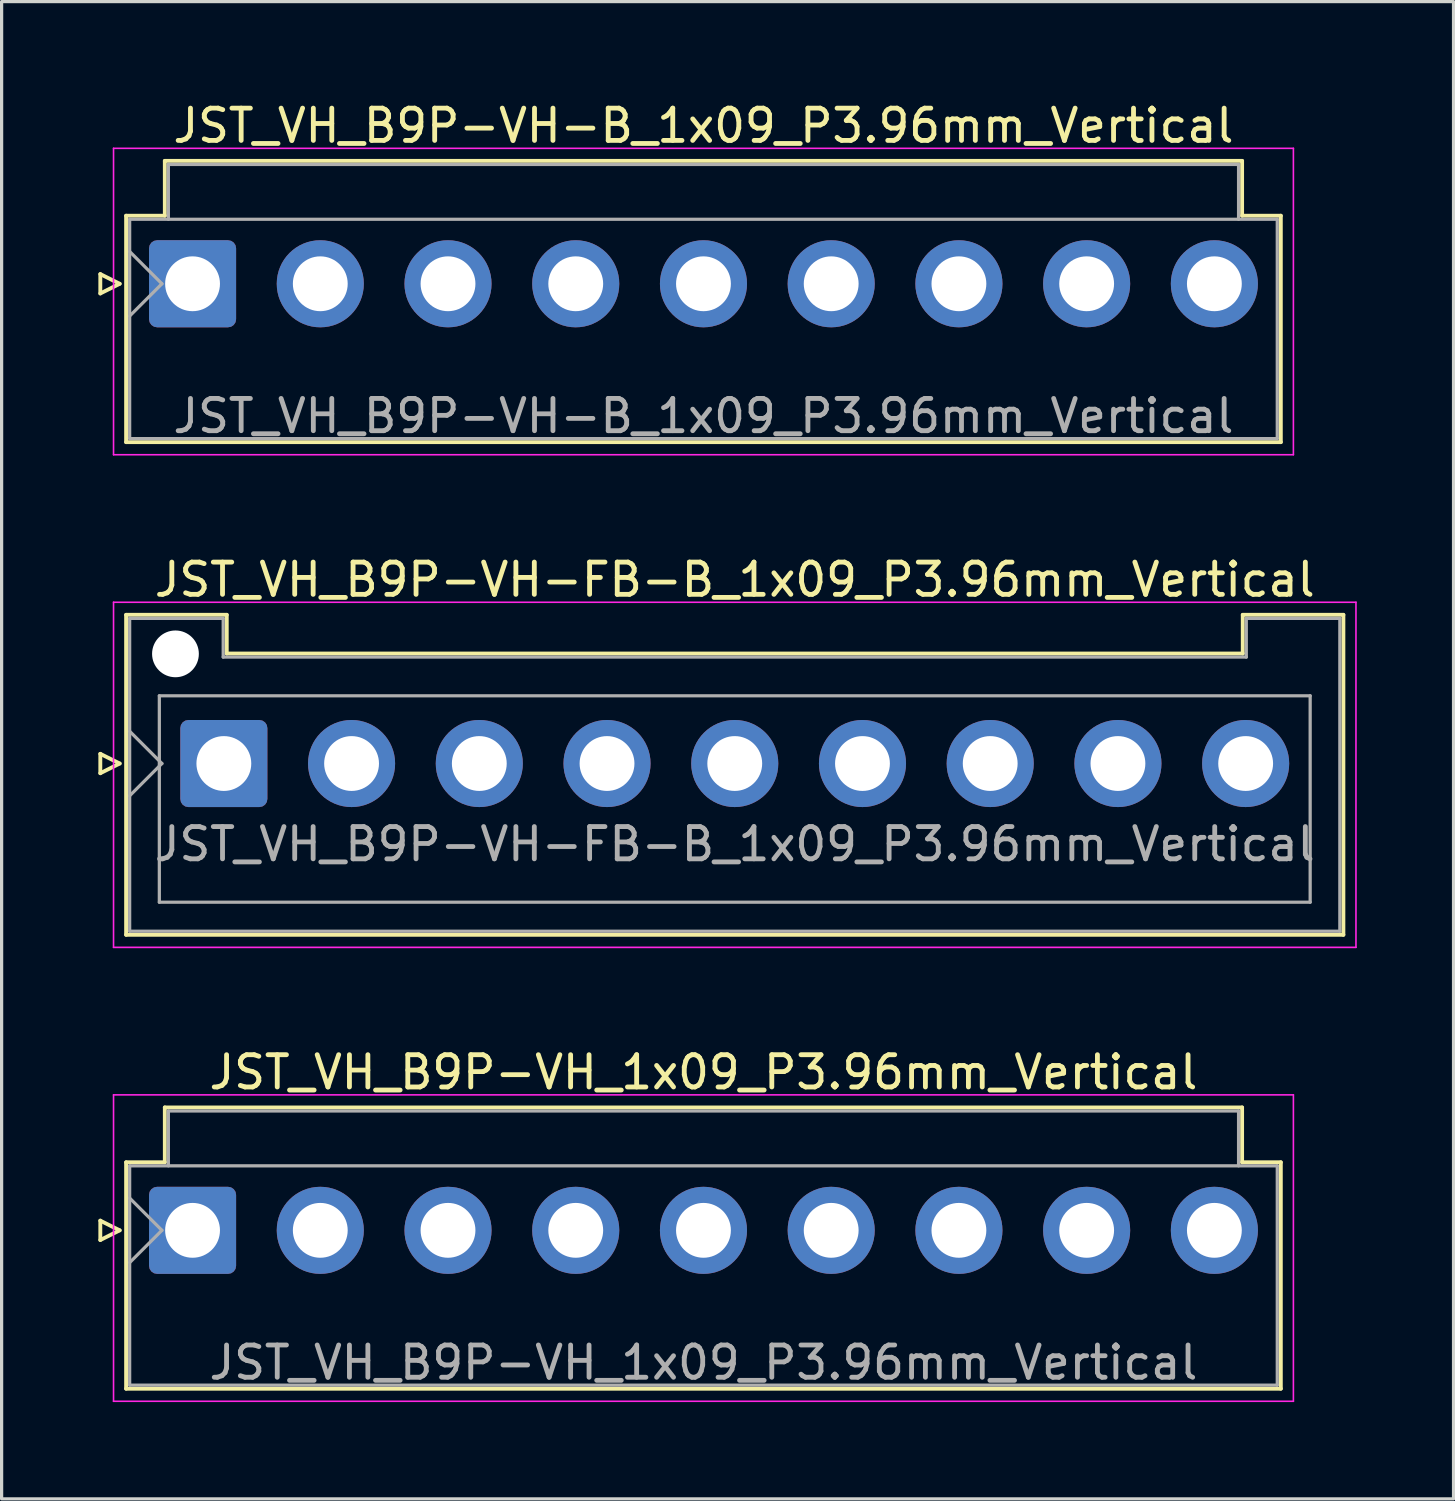
<source format=kicad_pcb>
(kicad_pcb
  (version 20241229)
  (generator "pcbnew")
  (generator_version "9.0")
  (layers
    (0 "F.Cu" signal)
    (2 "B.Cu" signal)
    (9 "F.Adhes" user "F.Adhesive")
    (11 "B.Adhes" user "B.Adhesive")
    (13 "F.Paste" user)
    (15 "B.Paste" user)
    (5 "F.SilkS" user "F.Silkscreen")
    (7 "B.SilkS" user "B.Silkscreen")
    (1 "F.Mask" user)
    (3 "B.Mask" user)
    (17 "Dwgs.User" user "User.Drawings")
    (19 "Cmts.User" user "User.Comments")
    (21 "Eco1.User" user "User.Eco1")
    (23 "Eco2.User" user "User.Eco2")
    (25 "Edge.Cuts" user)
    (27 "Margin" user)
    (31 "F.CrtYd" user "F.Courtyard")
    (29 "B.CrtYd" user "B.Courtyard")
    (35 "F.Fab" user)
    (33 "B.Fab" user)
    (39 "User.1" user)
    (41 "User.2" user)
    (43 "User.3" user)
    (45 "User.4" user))
  (footprint "JST_VH_B9P-VH-B_1x09_P3.96mm_Vertical"
    (layer "F.Cu")
    (at 2.92 5.748)
    (property "Reference" "JST_VH_B9P-VH-B_1x09_P3.96mm_Vertical" (at 15.84 -4.9 0) (layer "F.SilkS") (effects (font (size 1 1) (thickness 0.15))))
    (attr through_hole)
    (fp_line (start -2.86 -0.3) (end -2.26 0) (stroke (width 0.12) (type solid)) (layer "F.SilkS"))
    (fp_line (start -2.86 0.3) (end -2.86 -0.3) (stroke (width 0.12) (type solid)) (layer "F.SilkS"))
    (fp_line (start -2.26 0) (end -2.86 0.3) (stroke (width 0.12) (type solid)) (layer "F.SilkS"))
    (fp_line (start -2.06 -2.11) (end -0.86 -2.11) (stroke (width 0.12) (type solid)) (layer "F.SilkS"))
    (fp_line (start -2.06 4.91) (end -2.06 -2.11) (stroke (width 0.12) (type solid)) (layer "F.SilkS"))
    (fp_line (start -0.86 -3.81) (end 32.54 -3.81) (stroke (width 0.12) (type solid)) (layer "F.SilkS"))
    (fp_line (start -0.86 -2.11) (end -0.86 -3.81) (stroke (width 0.12) (type solid)) (layer "F.SilkS"))
    (fp_line (start 32.54 -3.81) (end 32.54 -2.11) (stroke (width 0.12) (type solid)) (layer "F.SilkS"))
    (fp_line (start 32.54 -2.11) (end 33.74 -2.11) (stroke (width 0.12) (type solid)) (layer "F.SilkS"))
    (fp_line (start 33.74 -2.11) (end 33.74 4.91) (stroke (width 0.12) (type solid)) (layer "F.SilkS"))
    (fp_line (start 33.74 4.91) (end -2.06 4.91) (stroke (width 0.12) (type solid)) (layer "F.SilkS"))
    (fp_line (start -2.45 -4.2) (end -2.45 5.3) (stroke (width 0.05) (type solid)) (layer "F.CrtYd"))
    (fp_line (start -2.45 5.3) (end 34.13 5.3) (stroke (width 0.05) (type solid)) (layer "F.CrtYd"))
    (fp_line (start 34.13 -4.2) (end -2.45 -4.2) (stroke (width 0.05) (type solid)) (layer "F.CrtYd"))
    (fp_line (start 34.13 5.3) (end 34.13 -4.2) (stroke (width 0.05) (type solid)) (layer "F.CrtYd"))
    (fp_line (start -1.95 -2) (end -1.95 4.8) (stroke (width 0.1) (type solid)) (layer "F.Fab"))
    (fp_line (start -1.95 -1) (end -0.95 0) (stroke (width 0.1) (type solid)) (layer "F.Fab"))
    (fp_line (start -1.95 1) (end -0.95 0) (stroke (width 0.1) (type solid)) (layer "F.Fab"))
    (fp_line (start -1.95 4.8) (end 33.63 4.8) (stroke (width 0.1) (type solid)) (layer "F.Fab"))
    (fp_line (start -0.75 -3.7) (end 32.43 -3.7) (stroke (width 0.1) (type solid)) (layer "F.Fab"))
    (fp_line (start -0.75 -2) (end -0.75 -3.7) (stroke (width 0.1) (type solid)) (layer "F.Fab"))
    (fp_line (start 32.43 -3.7) (end 32.43 -2) (stroke (width 0.1) (type solid)) (layer "F.Fab"))
    (fp_line (start 33.63 -2) (end -1.95 -2) (stroke (width 0.1) (type solid)) (layer "F.Fab"))
    (fp_line (start 33.63 4.8) (end 33.63 -2) (stroke (width 0.1) (type solid)) (layer "F.Fab"))
    (fp_text user "${REFERENCE}" (at 15.84 4.1 0) (layer "F.Fab") (effects (font (size 1 1) (thickness 0.15))))
    (pad "1" thru_hole roundrect (at 0 0) (size 2.7 2.7) (drill 1.7) (layers "*.Cu" "*.Mask") (roundrect_rratio 0.093))
    (pad "2" thru_hole circle (at 3.96 0) (size 2.7 2.7) (drill 1.7) (layers "*.Cu" "*.Mask"))
    (pad "3" thru_hole circle (at 7.92 0) (size 2.7 2.7) (drill 1.7) (layers "*.Cu" "*.Mask"))
    (pad "4" thru_hole circle (at 11.88 0) (size 2.7 2.7) (drill 1.7) (layers "*.Cu" "*.Mask"))
    (pad "5" thru_hole circle (at 15.84 0) (size 2.7 2.7) (drill 1.7) (layers "*.Cu" "*.Mask"))
    (pad "6" thru_hole circle (at 19.8 0) (size 2.7 2.7) (drill 1.7) (layers "*.Cu" "*.Mask"))
    (pad "7" thru_hole circle (at 23.76 0) (size 2.7 2.7) (drill 1.7) (layers "*.Cu" "*.Mask"))
    (pad "8" thru_hole circle (at 27.72 0) (size 2.7 2.7) (drill 1.7) (layers "*.Cu" "*.Mask"))
    (pad "9" thru_hole circle (at 31.68 0) (size 2.7 2.7) (drill 1.7) (layers "*.Cu" "*.Mask")))
  (footprint "JST_VH_B9P-VH_1x09_P3.96mm_Vertical"
    (layer "F.Cu")
    (at 2.92 35.095)
    (property "Reference" "JST_VH_B9P-VH_1x09_P3.96mm_Vertical" (at 15.84 -4.9 0) (layer "F.SilkS") (effects (font (size 1 1) (thickness 0.15))))
    (attr through_hole)
    (fp_line (start -2.86 -0.3) (end -2.26 0) (stroke (width 0.12) (type solid)) (layer "F.SilkS"))
    (fp_line (start -2.86 0.3) (end -2.86 -0.3) (stroke (width 0.12) (type solid)) (layer "F.SilkS"))
    (fp_line (start -2.26 0) (end -2.86 0.3) (stroke (width 0.12) (type solid)) (layer "F.SilkS"))
    (fp_line (start -2.06 -2.11) (end -0.86 -2.11) (stroke (width 0.12) (type solid)) (layer "F.SilkS"))
    (fp_line (start -2.06 4.91) (end -2.06 -2.11) (stroke (width 0.12) (type solid)) (layer "F.SilkS"))
    (fp_line (start -0.86 -3.81) (end 32.54 -3.81) (stroke (width 0.12) (type solid)) (layer "F.SilkS"))
    (fp_line (start -0.86 -2.11) (end -0.86 -3.81) (stroke (width 0.12) (type solid)) (layer "F.SilkS"))
    (fp_line (start 32.54 -3.81) (end 32.54 -2.11) (stroke (width 0.12) (type solid)) (layer "F.SilkS"))
    (fp_line (start 32.54 -2.11) (end 33.74 -2.11) (stroke (width 0.12) (type solid)) (layer "F.SilkS"))
    (fp_line (start 33.74 -2.11) (end 33.74 4.91) (stroke (width 0.12) (type solid)) (layer "F.SilkS"))
    (fp_line (start 33.74 4.91) (end -2.06 4.91) (stroke (width 0.12) (type solid)) (layer "F.SilkS"))
    (fp_line (start -2.45 -4.2) (end -2.45 5.3) (stroke (width 0.05) (type solid)) (layer "F.CrtYd"))
    (fp_line (start -2.45 5.3) (end 34.13 5.3) (stroke (width 0.05) (type solid)) (layer "F.CrtYd"))
    (fp_line (start 34.13 -4.2) (end -2.45 -4.2) (stroke (width 0.05) (type solid)) (layer "F.CrtYd"))
    (fp_line (start 34.13 5.3) (end 34.13 -4.2) (stroke (width 0.05) (type solid)) (layer "F.CrtYd"))
    (fp_line (start -1.95 -2) (end -1.95 4.8) (stroke (width 0.1) (type solid)) (layer "F.Fab"))
    (fp_line (start -1.95 -1) (end -0.95 0) (stroke (width 0.1) (type solid)) (layer "F.Fab"))
    (fp_line (start -1.95 1) (end -0.95 0) (stroke (width 0.1) (type solid)) (layer "F.Fab"))
    (fp_line (start -1.95 4.8) (end 33.63 4.8) (stroke (width 0.1) (type solid)) (layer "F.Fab"))
    (fp_line (start -0.75 -3.7) (end 32.43 -3.7) (stroke (width 0.1) (type solid)) (layer "F.Fab"))
    (fp_line (start -0.75 -2) (end -0.75 -3.7) (stroke (width 0.1) (type solid)) (layer "F.Fab"))
    (fp_line (start 32.43 -3.7) (end 32.43 -2) (stroke (width 0.1) (type solid)) (layer "F.Fab"))
    (fp_line (start 33.63 -2) (end -1.95 -2) (stroke (width 0.1) (type solid)) (layer "F.Fab"))
    (fp_line (start 33.63 4.8) (end 33.63 -2) (stroke (width 0.1) (type solid)) (layer "F.Fab"))
    (fp_text user "${REFERENCE}" (at 15.84 4.1 0) (layer "F.Fab") (effects (font (size 1 1) (thickness 0.15))))
    (pad "1" thru_hole roundrect (at 0 0) (size 2.7 2.7) (drill 1.7) (layers "*.Cu" "*.Mask") (roundrect_rratio 0.093))
    (pad "2" thru_hole circle (at 3.96 0) (size 2.7 2.7) (drill 1.7) (layers "*.Cu" "*.Mask"))
    (pad "3" thru_hole circle (at 7.92 0) (size 2.7 2.7) (drill 1.7) (layers "*.Cu" "*.Mask"))
    (pad "4" thru_hole circle (at 11.88 0) (size 2.7 2.7) (drill 1.7) (layers "*.Cu" "*.Mask"))
    (pad "5" thru_hole circle (at 15.84 0) (size 2.7 2.7) (drill 1.7) (layers "*.Cu" "*.Mask"))
    (pad "6" thru_hole circle (at 19.8 0) (size 2.7 2.7) (drill 1.7) (layers "*.Cu" "*.Mask"))
    (pad "7" thru_hole circle (at 23.76 0) (size 2.7 2.7) (drill 1.7) (layers "*.Cu" "*.Mask"))
    (pad "8" thru_hole circle (at 27.72 0) (size 2.7 2.7) (drill 1.7) (layers "*.Cu" "*.Mask"))
    (pad "9" thru_hole circle (at 31.68 0) (size 2.7 2.7) (drill 1.7) (layers "*.Cu" "*.Mask")))
  (footprint "JST_VH_B9P-VH-FB-B_1x09_P3.96mm_Vertical"
    (layer "F.Cu")
    (at 3.89 20.622)
    (property "Reference" "JST_VH_B9P-VH-FB-B_1x09_P3.96mm_Vertical" (at 15.84 -5.7 0) (layer "F.SilkS") (effects (font (size 1 1) (thickness 0.15))))
    (attr through_hole)
    (fp_line (start -3.83 -0.3) (end -3.23 0) (stroke (width 0.12) (type solid)) (layer "F.SilkS"))
    (fp_line (start -3.83 0.3) (end -3.83 -0.3) (stroke (width 0.12) (type solid)) (layer "F.SilkS"))
    (fp_line (start -3.23 0) (end -3.83 0.3) (stroke (width 0.12) (type solid)) (layer "F.SilkS"))
    (fp_line (start -3.03 -4.61) (end 0.09 -4.61) (stroke (width 0.12) (type solid)) (layer "F.SilkS"))
    (fp_line (start -3.03 5.31) (end -3.03 -4.61) (stroke (width 0.12) (type solid)) (layer "F.SilkS"))
    (fp_line (start 0.09 -4.61) (end 0.09 -3.41) (stroke (width 0.12) (type solid)) (layer "F.SilkS"))
    (fp_line (start 0.09 -3.41) (end 31.59 -3.41) (stroke (width 0.12) (type solid)) (layer "F.SilkS"))
    (fp_line (start 31.59 -4.61) (end 34.71 -4.61) (stroke (width 0.12) (type solid)) (layer "F.SilkS"))
    (fp_line (start 31.59 -3.41) (end 31.59 -4.61) (stroke (width 0.12) (type solid)) (layer "F.SilkS"))
    (fp_line (start 34.71 -4.61) (end 34.71 5.31) (stroke (width 0.12) (type solid)) (layer "F.SilkS"))
    (fp_line (start 34.71 5.31) (end -3.03 5.31) (stroke (width 0.12) (type solid)) (layer "F.SilkS"))
    (fp_line (start -3.42 -5) (end -3.42 5.7) (stroke (width 0.05) (type solid)) (layer "F.CrtYd"))
    (fp_line (start -3.42 5.7) (end 35.1 5.7) (stroke (width 0.05) (type solid)) (layer "F.CrtYd"))
    (fp_line (start 35.1 -5) (end -3.42 -5) (stroke (width 0.05) (type solid)) (layer "F.CrtYd"))
    (fp_line (start 35.1 5.7) (end 35.1 -5) (stroke (width 0.05) (type solid)) (layer "F.CrtYd"))
    (fp_line (start -2.92 -4.5) (end -0.02 -4.5) (stroke (width 0.1) (type solid)) (layer "F.Fab"))
    (fp_line (start -2.92 -1) (end -1.92 0) (stroke (width 0.1) (type solid)) (layer "F.Fab"))
    (fp_line (start -2.92 1) (end -1.92 0) (stroke (width 0.1) (type solid)) (layer "F.Fab"))
    (fp_line (start -2.92 5.2) (end -2.92 -4.5) (stroke (width 0.1) (type solid)) (layer "F.Fab"))
    (fp_line (start -2 -2.1) (end 33.68 -2.1) (stroke (width 0.1) (type solid)) (layer "F.Fab"))
    (fp_line (start -2 4.3) (end -2 -2.1) (stroke (width 0.1) (type solid)) (layer "F.Fab"))
    (fp_line (start -0.02 -4.5) (end -0.02 -3.3) (stroke (width 0.1) (type solid)) (layer "F.Fab"))
    (fp_line (start -0.02 -3.3) (end 31.7 -3.3) (stroke (width 0.1) (type solid)) (layer "F.Fab"))
    (fp_line (start 31.7 -4.5) (end 34.6 -4.5) (stroke (width 0.1) (type solid)) (layer "F.Fab"))
    (fp_line (start 31.7 -3.3) (end 31.7 -4.5) (stroke (width 0.1) (type solid)) (layer "F.Fab"))
    (fp_line (start 33.68 -2.1) (end 33.68 4.3) (stroke (width 0.1) (type solid)) (layer "F.Fab"))
    (fp_line (start 33.68 4.3) (end -2 4.3) (stroke (width 0.1) (type solid)) (layer "F.Fab"))
    (fp_line (start 34.6 -4.5) (end 34.6 5.2) (stroke (width 0.1) (type solid)) (layer "F.Fab"))
    (fp_line (start 34.6 5.2) (end -2.92 5.2) (stroke (width 0.1) (type solid)) (layer "F.Fab"))
    (fp_text user "${REFERENCE}" (at 15.84 2.5 0) (layer "F.Fab") (effects (font (size 1 1) (thickness 0.15))))
    (pad "" np_thru_hole circle (at -1.5 -3.4) (size 1.45 1.45) (drill 1.45) (layers "*.Cu" "*.Mask"))
    (pad "1" thru_hole roundrect (at 0 0) (size 2.7 2.7) (drill 1.7) (layers "*.Cu" "*.Mask") (roundrect_rratio 0.093))
    (pad "2" thru_hole circle (at 3.96 0) (size 2.7 2.7) (drill 1.7) (layers "*.Cu" "*.Mask"))
    (pad "3" thru_hole circle (at 7.92 0) (size 2.7 2.7) (drill 1.7) (layers "*.Cu" "*.Mask"))
    (pad "4" thru_hole circle (at 11.88 0) (size 2.7 2.7) (drill 1.7) (layers "*.Cu" "*.Mask"))
    (pad "5" thru_hole circle (at 15.84 0) (size 2.7 2.7) (drill 1.7) (layers "*.Cu" "*.Mask"))
    (pad "6" thru_hole circle (at 19.8 0) (size 2.7 2.7) (drill 1.7) (layers "*.Cu" "*.Mask"))
    (pad "7" thru_hole circle (at 23.76 0) (size 2.7 2.7) (drill 1.7) (layers "*.Cu" "*.Mask"))
    (pad "8" thru_hole circle (at 27.72 0) (size 2.7 2.7) (drill 1.7) (layers "*.Cu" "*.Mask"))
    (pad "9" thru_hole circle (at 31.68 0) (size 2.7 2.7) (drill 1.7) (layers "*.Cu" "*.Mask")))
  (gr_rect
    (start -3 -3)
    (end 42.015 43.42)
    (stroke (width 0.1) (type default))
    (fill no)
    (layer "Edge.Cuts")))
</source>
